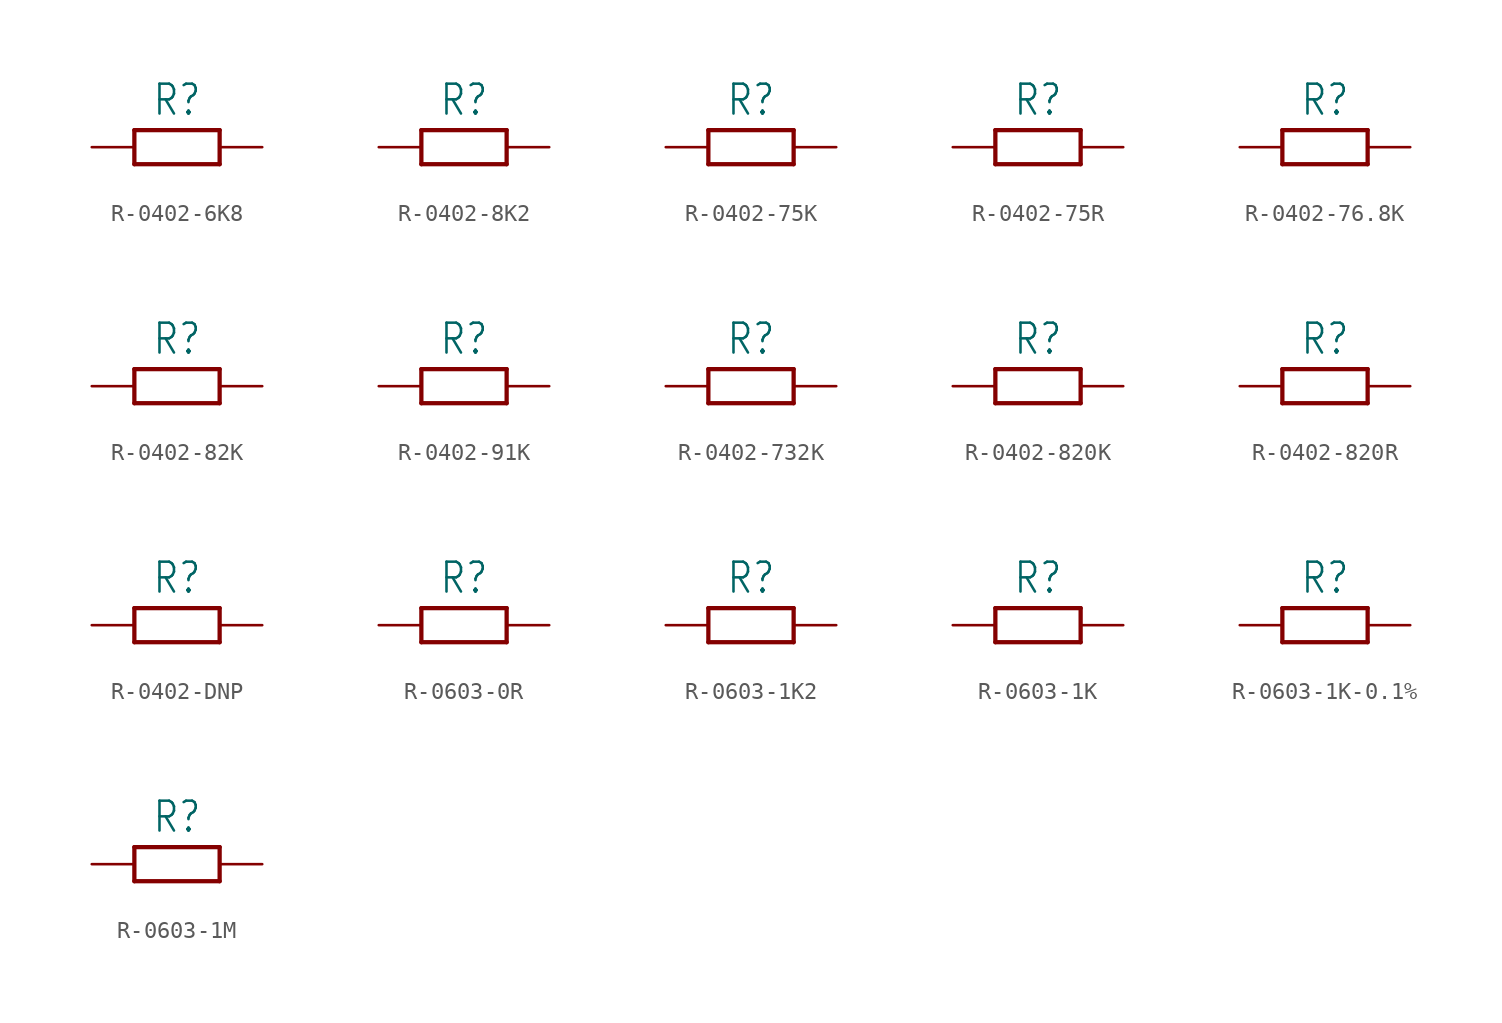
<source format=kicad_sym>
(kicad_symbol_lib
  (version 20231120)
  (generator "kicad_symbol_editor")
  (generator_version "8.0")
  (symbol "R-0402-6K8"
    (property "Reference" "R"
      (at 0 1.778 0)
      (effects (font (size 1.778 1.511)) (justify bottom)))
    (property "Value" ""
      (at 0 -1.778 0)
      (effects (font (size 1.778 1.511)) (justify top)))
    (property "ki_locked" ""
      (at 0 0 0)
      (effects (font (size 1.27 1.27))))
    (symbol "R-0402-6K8_1_0"
      (polyline (pts (xy -2.54 -1.016) (xy -2.54 1.016)) (stroke (width 0.254) (type solid)) (fill (type none)))
      (polyline (pts (xy -2.54 1.016) (xy 2.54 1.016)) (stroke (width 0.254) (type solid)) (fill (type none)))
      (polyline (pts (xy 2.54 -1.016) (xy -2.54 -1.016)) (stroke (width 0.254) (type solid)) (fill (type none)))
      (polyline (pts (xy 2.54 1.016) (xy 2.54 -1.016)) (stroke (width 0.254) (type solid)) (fill (type none)))
      (pin passive line (at -5.08 0 0) (length 2.54) (name "1" (effects (font (size 0 0)))) (number "1" (effects (font (size 0 0)))))
      (pin passive line (at 5.08 0 180) (length 2.54) (name "2" (effects (font (size 0 0)))) (number "2" (effects (font (size 0 0)))))))
  (symbol "R-0402-8K2"
    (property "Reference" "R"
      (at 0 1.778 0)
      (effects (font (size 1.778 1.511)) (justify bottom)))
    (property "Value" ""
      (at 0 -1.778 0)
      (effects (font (size 1.778 1.511)) (justify top)))
    (property "ki_locked" ""
      (at 0 0 0)
      (effects (font (size 1.27 1.27))))
    (symbol "R-0402-8K2_1_0"
      (polyline (pts (xy -2.54 -1.016) (xy -2.54 1.016)) (stroke (width 0.254) (type solid)) (fill (type none)))
      (polyline (pts (xy -2.54 1.016) (xy 2.54 1.016)) (stroke (width 0.254) (type solid)) (fill (type none)))
      (polyline (pts (xy 2.54 -1.016) (xy -2.54 -1.016)) (stroke (width 0.254) (type solid)) (fill (type none)))
      (polyline (pts (xy 2.54 1.016) (xy 2.54 -1.016)) (stroke (width 0.254) (type solid)) (fill (type none)))
      (pin passive line (at -5.08 0 0) (length 2.54) (name "1" (effects (font (size 0 0)))) (number "1" (effects (font (size 0 0)))))
      (pin passive line (at 5.08 0 180) (length 2.54) (name "2" (effects (font (size 0 0)))) (number "2" (effects (font (size 0 0)))))))
  (symbol "R-0402-75K"
    (property "Reference" "R"
      (at 0 1.778 0)
      (effects (font (size 1.778 1.511)) (justify bottom)))
    (property "Value" ""
      (at 0 -1.778 0)
      (effects (font (size 1.778 1.511)) (justify top)))
    (property "ki_locked" ""
      (at 0 0 0)
      (effects (font (size 1.27 1.27))))
    (symbol "R-0402-75K_1_0"
      (polyline (pts (xy -2.54 -1.016) (xy -2.54 1.016)) (stroke (width 0.254) (type solid)) (fill (type none)))
      (polyline (pts (xy -2.54 1.016) (xy 2.54 1.016)) (stroke (width 0.254) (type solid)) (fill (type none)))
      (polyline (pts (xy 2.54 -1.016) (xy -2.54 -1.016)) (stroke (width 0.254) (type solid)) (fill (type none)))
      (polyline (pts (xy 2.54 1.016) (xy 2.54 -1.016)) (stroke (width 0.254) (type solid)) (fill (type none)))
      (pin passive line (at -5.08 0 0) (length 2.54) (name "1" (effects (font (size 0 0)))) (number "1" (effects (font (size 0 0)))))
      (pin passive line (at 5.08 0 180) (length 2.54) (name "2" (effects (font (size 0 0)))) (number "2" (effects (font (size 0 0)))))))
  (symbol "R-0402-75R"
    (property "Reference" "R"
      (at 0 1.778 0)
      (effects (font (size 1.778 1.511)) (justify bottom)))
    (property "Value" ""
      (at 0 -1.778 0)
      (effects (font (size 1.778 1.511)) (justify top)))
    (property "ki_locked" ""
      (at 0 0 0)
      (effects (font (size 1.27 1.27))))
    (symbol "R-0402-75R_1_0"
      (polyline (pts (xy -2.54 -1.016) (xy -2.54 1.016)) (stroke (width 0.254) (type solid)) (fill (type none)))
      (polyline (pts (xy -2.54 1.016) (xy 2.54 1.016)) (stroke (width 0.254) (type solid)) (fill (type none)))
      (polyline (pts (xy 2.54 -1.016) (xy -2.54 -1.016)) (stroke (width 0.254) (type solid)) (fill (type none)))
      (polyline (pts (xy 2.54 1.016) (xy 2.54 -1.016)) (stroke (width 0.254) (type solid)) (fill (type none)))
      (pin passive line (at -5.08 0 0) (length 2.54) (name "1" (effects (font (size 0 0)))) (number "1" (effects (font (size 0 0)))))
      (pin passive line (at 5.08 0 180) (length 2.54) (name "2" (effects (font (size 0 0)))) (number "2" (effects (font (size 0 0)))))))
  (symbol "R-0402-76.8K"
    (property "Reference" "R"
      (at 0 1.778 0)
      (effects (font (size 1.778 1.511)) (justify bottom)))
    (property "Value" ""
      (at 0 -1.778 0)
      (effects (font (size 1.778 1.511)) (justify top)))
    (property "ki_locked" ""
      (at 0 0 0)
      (effects (font (size 1.27 1.27))))
    (symbol "R-0402-76.8K_1_0"
      (polyline (pts (xy -2.54 -1.016) (xy -2.54 1.016)) (stroke (width 0.254) (type solid)) (fill (type none)))
      (polyline (pts (xy -2.54 1.016) (xy 2.54 1.016)) (stroke (width 0.254) (type solid)) (fill (type none)))
      (polyline (pts (xy 2.54 -1.016) (xy -2.54 -1.016)) (stroke (width 0.254) (type solid)) (fill (type none)))
      (polyline (pts (xy 2.54 1.016) (xy 2.54 -1.016)) (stroke (width 0.254) (type solid)) (fill (type none)))
      (pin passive line (at -5.08 0 0) (length 2.54) (name "1" (effects (font (size 0 0)))) (number "1" (effects (font (size 0 0)))))
      (pin passive line (at 5.08 0 180) (length 2.54) (name "2" (effects (font (size 0 0)))) (number "2" (effects (font (size 0 0)))))))
  (symbol "R-0402-82K"
    (property "Reference" "R"
      (at 0 1.778 0)
      (effects (font (size 1.778 1.511)) (justify bottom)))
    (property "Value" ""
      (at 0 -1.778 0)
      (effects (font (size 1.778 1.511)) (justify top)))
    (property "ki_locked" ""
      (at 0 0 0)
      (effects (font (size 1.27 1.27))))
    (symbol "R-0402-82K_1_0"
      (polyline (pts (xy -2.54 -1.016) (xy -2.54 1.016)) (stroke (width 0.254) (type solid)) (fill (type none)))
      (polyline (pts (xy -2.54 1.016) (xy 2.54 1.016)) (stroke (width 0.254) (type solid)) (fill (type none)))
      (polyline (pts (xy 2.54 -1.016) (xy -2.54 -1.016)) (stroke (width 0.254) (type solid)) (fill (type none)))
      (polyline (pts (xy 2.54 1.016) (xy 2.54 -1.016)) (stroke (width 0.254) (type solid)) (fill (type none)))
      (pin passive line (at -5.08 0 0) (length 2.54) (name "1" (effects (font (size 0 0)))) (number "1" (effects (font (size 0 0)))))
      (pin passive line (at 5.08 0 180) (length 2.54) (name "2" (effects (font (size 0 0)))) (number "2" (effects (font (size 0 0)))))))
  (symbol "R-0402-91K"
    (property "Reference" "R"
      (at 0 1.778 0)
      (effects (font (size 1.778 1.511)) (justify bottom)))
    (property "Value" ""
      (at 0 -1.778 0)
      (effects (font (size 1.778 1.511)) (justify top)))
    (property "ki_locked" ""
      (at 0 0 0)
      (effects (font (size 1.27 1.27))))
    (symbol "R-0402-91K_1_0"
      (polyline (pts (xy -2.54 -1.016) (xy -2.54 1.016)) (stroke (width 0.254) (type solid)) (fill (type none)))
      (polyline (pts (xy -2.54 1.016) (xy 2.54 1.016)) (stroke (width 0.254) (type solid)) (fill (type none)))
      (polyline (pts (xy 2.54 -1.016) (xy -2.54 -1.016)) (stroke (width 0.254) (type solid)) (fill (type none)))
      (polyline (pts (xy 2.54 1.016) (xy 2.54 -1.016)) (stroke (width 0.254) (type solid)) (fill (type none)))
      (pin passive line (at -5.08 0 0) (length 2.54) (name "1" (effects (font (size 0 0)))) (number "1" (effects (font (size 0 0)))))
      (pin passive line (at 5.08 0 180) (length 2.54) (name "2" (effects (font (size 0 0)))) (number "2" (effects (font (size 0 0)))))))
  (symbol "R-0402-732K"
    (property "Reference" "R"
      (at 0 1.778 0)
      (effects (font (size 1.778 1.511)) (justify bottom)))
    (property "Value" ""
      (at 0 -1.778 0)
      (effects (font (size 1.778 1.511)) (justify top)))
    (property "ki_locked" ""
      (at 0 0 0)
      (effects (font (size 1.27 1.27))))
    (symbol "R-0402-732K_1_0"
      (polyline (pts (xy -2.54 -1.016) (xy -2.54 1.016)) (stroke (width 0.254) (type solid)) (fill (type none)))
      (polyline (pts (xy -2.54 1.016) (xy 2.54 1.016)) (stroke (width 0.254) (type solid)) (fill (type none)))
      (polyline (pts (xy 2.54 -1.016) (xy -2.54 -1.016)) (stroke (width 0.254) (type solid)) (fill (type none)))
      (polyline (pts (xy 2.54 1.016) (xy 2.54 -1.016)) (stroke (width 0.254) (type solid)) (fill (type none)))
      (pin passive line (at -5.08 0 0) (length 2.54) (name "1" (effects (font (size 0 0)))) (number "1" (effects (font (size 0 0)))))
      (pin passive line (at 5.08 0 180) (length 2.54) (name "2" (effects (font (size 0 0)))) (number "2" (effects (font (size 0 0)))))))
  (symbol "R-0402-820K"
    (property "Reference" "R"
      (at 0 1.778 0)
      (effects (font (size 1.778 1.511)) (justify bottom)))
    (property "Value" ""
      (at 0 -1.778 0)
      (effects (font (size 1.778 1.511)) (justify top)))
    (property "ki_locked" ""
      (at 0 0 0)
      (effects (font (size 1.27 1.27))))
    (symbol "R-0402-820K_1_0"
      (polyline (pts (xy -2.54 -1.016) (xy -2.54 1.016)) (stroke (width 0.254) (type solid)) (fill (type none)))
      (polyline (pts (xy -2.54 1.016) (xy 2.54 1.016)) (stroke (width 0.254) (type solid)) (fill (type none)))
      (polyline (pts (xy 2.54 -1.016) (xy -2.54 -1.016)) (stroke (width 0.254) (type solid)) (fill (type none)))
      (polyline (pts (xy 2.54 1.016) (xy 2.54 -1.016)) (stroke (width 0.254) (type solid)) (fill (type none)))
      (pin passive line (at -5.08 0 0) (length 2.54) (name "1" (effects (font (size 0 0)))) (number "1" (effects (font (size 0 0)))))
      (pin passive line (at 5.08 0 180) (length 2.54) (name "2" (effects (font (size 0 0)))) (number "2" (effects (font (size 0 0)))))))
  (symbol "R-0402-820R"
    (property "Reference" "R"
      (at 0 1.778 0)
      (effects (font (size 1.778 1.511)) (justify bottom)))
    (property "Value" ""
      (at 0 -1.778 0)
      (effects (font (size 1.778 1.511)) (justify top)))
    (property "ki_locked" ""
      (at 0 0 0)
      (effects (font (size 1.27 1.27))))
    (symbol "R-0402-820R_1_0"
      (polyline (pts (xy -2.54 -1.016) (xy -2.54 1.016)) (stroke (width 0.254) (type solid)) (fill (type none)))
      (polyline (pts (xy -2.54 1.016) (xy 2.54 1.016)) (stroke (width 0.254) (type solid)) (fill (type none)))
      (polyline (pts (xy 2.54 -1.016) (xy -2.54 -1.016)) (stroke (width 0.254) (type solid)) (fill (type none)))
      (polyline (pts (xy 2.54 1.016) (xy 2.54 -1.016)) (stroke (width 0.254) (type solid)) (fill (type none)))
      (pin passive line (at -5.08 0 0) (length 2.54) (name "1" (effects (font (size 0 0)))) (number "1" (effects (font (size 0 0)))))
      (pin passive line (at 5.08 0 180) (length 2.54) (name "2" (effects (font (size 0 0)))) (number "2" (effects (font (size 0 0)))))))
  (symbol "R-0402-DNP"
    (property "Reference" "R"
      (at 0 1.778 0)
      (effects (font (size 1.778 1.511)) (justify bottom)))
    (property "Value" ""
      (at 0 -1.778 0)
      (effects (font (size 1.778 1.511)) (justify top)))
    (property "ki_locked" ""
      (at 0 0 0)
      (effects (font (size 1.27 1.27))))
    (symbol "R-0402-DNP_1_0"
      (polyline (pts (xy -2.54 -1.016) (xy -2.54 1.016)) (stroke (width 0.254) (type solid)) (fill (type none)))
      (polyline (pts (xy -2.54 1.016) (xy 2.54 1.016)) (stroke (width 0.254) (type solid)) (fill (type none)))
      (polyline (pts (xy 2.54 -1.016) (xy -2.54 -1.016)) (stroke (width 0.254) (type solid)) (fill (type none)))
      (polyline (pts (xy 2.54 1.016) (xy 2.54 -1.016)) (stroke (width 0.254) (type solid)) (fill (type none)))
      (pin passive line (at -5.08 0 0) (length 2.54) (name "1" (effects (font (size 0 0)))) (number "1" (effects (font (size 0 0)))))
      (pin passive line (at 5.08 0 180) (length 2.54) (name "2" (effects (font (size 0 0)))) (number "2" (effects (font (size 0 0)))))))
  (symbol "R-0603-0R"
    (property "Reference" "R"
      (at 0 1.778 0)
      (effects (font (size 1.778 1.511)) (justify bottom)))
    (property "Value" ""
      (at 0 -1.778 0)
      (effects (font (size 1.778 1.511)) (justify top)))
    (property "ki_locked" ""
      (at 0 0 0)
      (effects (font (size 1.27 1.27))))
    (symbol "R-0603-0R_1_0"
      (polyline (pts (xy -2.54 -1.016) (xy -2.54 1.016)) (stroke (width 0.254) (type solid)) (fill (type none)))
      (polyline (pts (xy -2.54 1.016) (xy 2.54 1.016)) (stroke (width 0.254) (type solid)) (fill (type none)))
      (polyline (pts (xy 2.54 -1.016) (xy -2.54 -1.016)) (stroke (width 0.254) (type solid)) (fill (type none)))
      (polyline (pts (xy 2.54 1.016) (xy 2.54 -1.016)) (stroke (width 0.254) (type solid)) (fill (type none)))
      (pin passive line (at -5.08 0 0) (length 2.54) (name "1" (effects (font (size 0 0)))) (number "1" (effects (font (size 0 0)))))
      (pin passive line (at 5.08 0 180) (length 2.54) (name "2" (effects (font (size 0 0)))) (number "2" (effects (font (size 0 0)))))))
  (symbol "R-0603-1K2"
    (property "Reference" "R"
      (at 0 1.778 0)
      (effects (font (size 1.778 1.511)) (justify bottom)))
    (property "Value" ""
      (at 0 -1.778 0)
      (effects (font (size 1.778 1.511)) (justify top)))
    (property "ki_locked" ""
      (at 0 0 0)
      (effects (font (size 1.27 1.27))))
    (symbol "R-0603-1K2_1_0"
      (polyline (pts (xy -2.54 -1.016) (xy -2.54 1.016)) (stroke (width 0.254) (type solid)) (fill (type none)))
      (polyline (pts (xy -2.54 1.016) (xy 2.54 1.016)) (stroke (width 0.254) (type solid)) (fill (type none)))
      (polyline (pts (xy 2.54 -1.016) (xy -2.54 -1.016)) (stroke (width 0.254) (type solid)) (fill (type none)))
      (polyline (pts (xy 2.54 1.016) (xy 2.54 -1.016)) (stroke (width 0.254) (type solid)) (fill (type none)))
      (pin passive line (at -5.08 0 0) (length 2.54) (name "1" (effects (font (size 0 0)))) (number "1" (effects (font (size 0 0)))))
      (pin passive line (at 5.08 0 180) (length 2.54) (name "2" (effects (font (size 0 0)))) (number "2" (effects (font (size 0 0)))))))
  (symbol "R-0603-1K"
    (property "Reference" "R"
      (at 0 1.778 0)
      (effects (font (size 1.778 1.511)) (justify bottom)))
    (property "Value" ""
      (at 0 -1.778 0)
      (effects (font (size 1.778 1.511)) (justify top)))
    (property "ki_locked" ""
      (at 0 0 0)
      (effects (font (size 1.27 1.27))))
    (symbol "R-0603-1K_1_0"
      (polyline (pts (xy -2.54 -1.016) (xy -2.54 1.016)) (stroke (width 0.254) (type solid)) (fill (type none)))
      (polyline (pts (xy -2.54 1.016) (xy 2.54 1.016)) (stroke (width 0.254) (type solid)) (fill (type none)))
      (polyline (pts (xy 2.54 -1.016) (xy -2.54 -1.016)) (stroke (width 0.254) (type solid)) (fill (type none)))
      (polyline (pts (xy 2.54 1.016) (xy 2.54 -1.016)) (stroke (width 0.254) (type solid)) (fill (type none)))
      (pin passive line (at -5.08 0 0) (length 2.54) (name "1" (effects (font (size 0 0)))) (number "1" (effects (font (size 0 0)))))
      (pin passive line (at 5.08 0 180) (length 2.54) (name "2" (effects (font (size 0 0)))) (number "2" (effects (font (size 0 0)))))))
  (symbol "R-0603-1K-0.1%"
    (property "Reference" "R"
      (at 0 1.778 0)
      (effects (font (size 1.778 1.511)) (justify bottom)))
    (property "Value" ""
      (at 0 -1.778 0)
      (effects (font (size 1.778 1.511)) (justify top)))
    (property "ki_locked" ""
      (at 0 0 0)
      (effects (font (size 1.27 1.27))))
    (symbol "R-0603-1K-0.1%_1_0"
      (polyline (pts (xy -2.54 -1.016) (xy -2.54 1.016)) (stroke (width 0.254) (type solid)) (fill (type none)))
      (polyline (pts (xy -2.54 1.016) (xy 2.54 1.016)) (stroke (width 0.254) (type solid)) (fill (type none)))
      (polyline (pts (xy 2.54 -1.016) (xy -2.54 -1.016)) (stroke (width 0.254) (type solid)) (fill (type none)))
      (polyline (pts (xy 2.54 1.016) (xy 2.54 -1.016)) (stroke (width 0.254) (type solid)) (fill (type none)))
      (pin passive line (at -5.08 0 0) (length 2.54) (name "1" (effects (font (size 0 0)))) (number "1" (effects (font (size 0 0)))))
      (pin passive line (at 5.08 0 180) (length 2.54) (name "2" (effects (font (size 0 0)))) (number "2" (effects (font (size 0 0)))))))
  (symbol "R-0603-1M"
    (property "Reference" "R"
      (at 0 1.778 0)
      (effects (font (size 1.778 1.511)) (justify bottom)))
    (property "Value" ""
      (at 0 -1.778 0)
      (effects (font (size 1.778 1.511)) (justify top)))
    (property "ki_locked" ""
      (at 0 0 0)
      (effects (font (size 1.27 1.27))))
    (symbol "R-0603-1M_1_0"
      (polyline (pts (xy -2.54 -1.016) (xy -2.54 1.016)) (stroke (width 0.254) (type solid)) (fill (type none)))
      (polyline (pts (xy -2.54 1.016) (xy 2.54 1.016)) (stroke (width 0.254) (type solid)) (fill (type none)))
      (polyline (pts (xy 2.54 -1.016) (xy -2.54 -1.016)) (stroke (width 0.254) (type solid)) (fill (type none)))
      (polyline (pts (xy 2.54 1.016) (xy 2.54 -1.016)) (stroke (width 0.254) (type solid)) (fill (type none)))
      (pin passive line (at -5.08 0 0) (length 2.54) (name "1" (effects (font (size 0 0)))) (number "1" (effects (font (size 0 0)))))
      (pin passive line (at 5.08 0 180) (length 2.54) (name "2" (effects (font (size 0 0)))) (number "2" (effects (font (size 0 0))))))))
</source>
